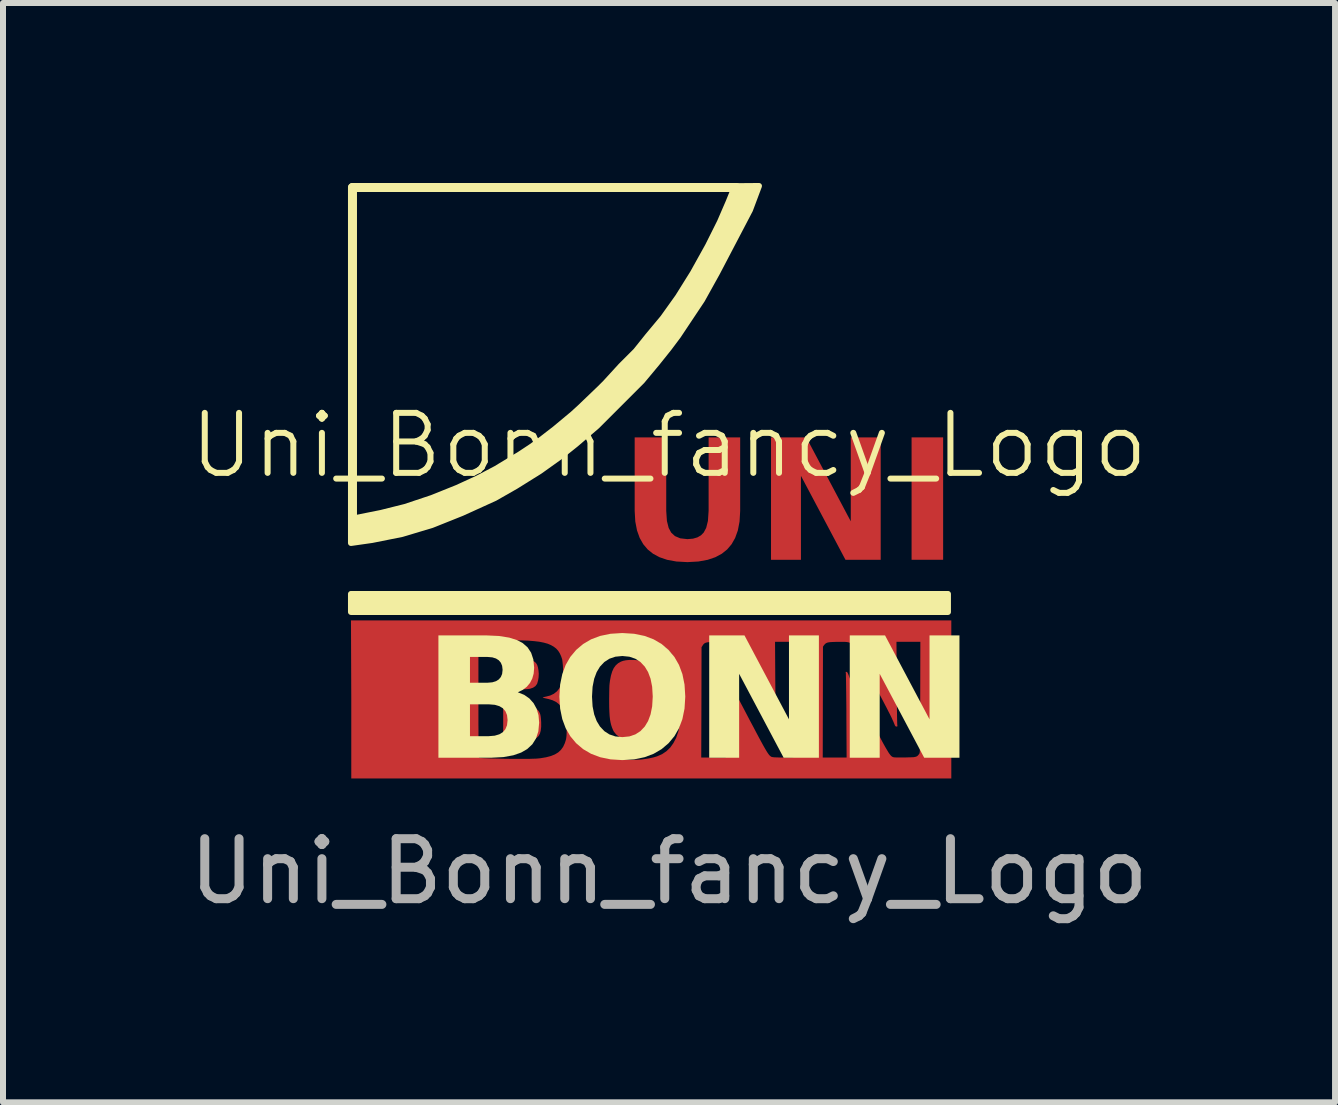
<source format=kicad_pcb>
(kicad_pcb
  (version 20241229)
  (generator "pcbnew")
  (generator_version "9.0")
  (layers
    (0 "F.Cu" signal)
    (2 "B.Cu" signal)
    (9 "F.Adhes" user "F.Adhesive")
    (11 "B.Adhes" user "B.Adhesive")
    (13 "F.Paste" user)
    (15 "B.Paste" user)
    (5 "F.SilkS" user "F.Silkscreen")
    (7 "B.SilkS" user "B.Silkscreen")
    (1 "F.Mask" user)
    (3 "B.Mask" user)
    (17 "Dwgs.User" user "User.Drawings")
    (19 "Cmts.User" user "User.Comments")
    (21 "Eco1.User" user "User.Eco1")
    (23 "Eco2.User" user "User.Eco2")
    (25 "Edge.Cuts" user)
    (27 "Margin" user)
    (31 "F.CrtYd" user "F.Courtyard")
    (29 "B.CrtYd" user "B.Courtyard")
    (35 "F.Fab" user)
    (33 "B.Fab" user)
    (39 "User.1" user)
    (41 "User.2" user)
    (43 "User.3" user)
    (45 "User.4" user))
  (footprint "Uni_Bonn_fancy_Logo"
    (layer "F.Cu")
    (at 8.101 4.874)
    (property "Reference" "Uni_Bonn_fancy_Logo" (at 0 -0.5 0) (unlocked yes) (layer "F.SilkS") (effects (font (size 1 1) (thickness 0.1))))
    (attr smd)
    (fp_poly (pts (xy -2.556 3.061) (xy -2.481 3.063) (xy -2.421 3.065) (xy -2.372 3.069) (xy -2.334 3.073) (xy -2.303 3.078) (xy -2.279 3.086) (xy -2.259 3.095) (xy -2.241 3.106) (xy -2.237 3.109) (xy -2.214 3.132) (xy -2.197 3.161) (xy -2.185 3.199) (xy -2.176 3.249) (xy -2.171 3.306) (xy -2.174 3.365) (xy -2.183 3.421) (xy -2.197 3.468) (xy -2.201 3.477) (xy -2.227 3.512) (xy -2.266 3.538) (xy -2.318 3.556) (xy -2.331 3.558) (xy -2.353 3.561) (xy -2.387 3.563) (xy -2.431 3.565) (xy -2.483 3.566) (xy -2.539 3.567) (xy -2.571 3.567) (xy -2.764 3.567) (xy -2.764 3.312) (xy -2.764 3.057)) (stroke (width 0) (type solid)) (fill yes) (layer "F.Cu"))
    (fp_poly (pts (xy -2.607 3.837) (xy -2.515 3.838) (xy -2.438 3.84) (xy -2.373 3.845) (xy -2.319 3.852) (xy -2.276 3.861) (xy -2.24 3.873) (xy -2.212 3.889) (xy -2.19 3.908) (xy -2.171 3.931) (xy -2.171 3.931) (xy -2.157 3.955) (xy -2.147 3.98) (xy -2.14 4.011) (xy -2.135 4.05) (xy -2.132 4.1) (xy -2.131 4.115) (xy -2.131 4.191) (xy -2.138 4.253) (xy -2.152 4.304) (xy -2.174 4.343) (xy -2.205 4.372) (xy -2.246 4.393) (xy -2.297 4.407) (xy -2.305 4.408) (xy -2.327 4.41) (xy -2.362 4.412) (xy -2.407 4.414) (xy -2.46 4.415) (xy -2.517 4.416) (xy -2.56 4.416) (xy -2.764 4.416) (xy -2.764 4.126) (xy -2.764 3.837)) (stroke (width 0) (type solid)) (fill yes) (layer "F.Cu"))
    (fp_poly (pts (xy -0.551 3.078) (xy -0.499 3.085) (xy -0.457 3.096) (xy -0.453 3.098) (xy -0.404 3.123) (xy -0.362 3.157) (xy -0.327 3.202) (xy -0.299 3.258) (xy -0.276 3.328) (xy -0.258 3.411) (xy -0.256 3.428) (xy -0.253 3.452) (xy -0.25 3.489) (xy -0.248 3.535) (xy -0.245 3.589) (xy -0.243 3.645) (xy -0.243 3.674) (xy -0.242 3.801) (xy -0.245 3.914) (xy -0.252 4.013) (xy -0.265 4.099) (xy -0.282 4.172) (xy -0.304 4.233) (xy -0.332 4.284) (xy -0.364 4.324) (xy -0.403 4.355) (xy -0.427 4.369) (xy -0.471 4.385) (xy -0.527 4.398) (xy -0.587 4.405) (xy -0.646 4.408) (xy -0.7 4.404) (xy -0.708 4.403) (xy -0.775 4.385) (xy -0.834 4.356) (xy -0.883 4.316) (xy -0.921 4.268) (xy -0.933 4.244) (xy -0.95 4.203) (xy -0.964 4.161) (xy -0.975 4.116) (xy -0.984 4.066) (xy -0.99 4.01) (xy -0.994 3.944) (xy -0.997 3.868) (xy -0.998 3.778) (xy -0.998 3.734) (xy -0.997 3.656) (xy -0.996 3.591) (xy -0.995 3.538) (xy -0.993 3.495) (xy -0.989 3.459) (xy -0.985 3.427) (xy -0.984 3.42) (xy -0.968 3.337) (xy -0.947 3.267) (xy -0.921 3.211) (xy -0.888 3.166) (xy -0.849 3.131) (xy -0.802 3.104) (xy -0.763 3.09) (xy -0.719 3.081) (xy -0.666 3.076) (xy -0.608 3.075)) (stroke (width 0) (type solid)) (fill yes) (layer "F.Cu"))
    (fp_poly (pts (xy 4.705 3.734) (xy 4.705 5.051) (xy -0.296 5.051) (xy -5.296 5.051) (xy -5.296 3.739) (xy -3.177 3.739) (xy -3.177 3.888) (xy -3.177 4.022) (xy -3.177 4.142) (xy -3.176 4.247) (xy -3.176 4.34) (xy -3.176 4.421) (xy -3.175 4.49) (xy -3.175 4.547) (xy -3.174 4.595) (xy -3.173 4.633) (xy -3.172 4.662) (xy -3.171 4.684) (xy -3.169 4.697) (xy -3.168 4.704) (xy -3.167 4.706) (xy -3.152 4.708) (xy -3.123 4.711) (xy -3.082 4.713) (xy -3.029 4.715) (xy -2.967 4.718) (xy -2.898 4.719) (xy -2.822 4.721) (xy -2.742 4.723) (xy -2.659 4.724) (xy -2.575 4.724) (xy -2.548 4.725) (xy -2.458 4.725) (xy -2.382 4.724) (xy -2.318 4.724) (xy -2.265 4.722) (xy -2.221 4.721) (xy -2.184 4.718) (xy -2.153 4.715) (xy -2.144 4.714) (xy -2.049 4.698) (xy -1.969 4.677) (xy -1.902 4.65) (xy -1.846 4.616) (xy -1.801 4.574) (xy -1.765 4.524) (xy -1.737 4.464) (xy -1.723 4.42) (xy -1.716 4.394) (xy -1.712 4.368) (xy -1.709 4.341) (xy -1.707 4.307) (xy -1.706 4.264) (xy -1.706 4.218) (xy -1.706 4.163) (xy -1.707 4.121) (xy -1.71 4.087) (xy -1.713 4.06) (xy -1.719 4.034) (xy -1.723 4.018) (xy -1.75 3.939) (xy -1.784 3.873) (xy -1.827 3.82) (xy -1.879 3.778) (xy -1.942 3.747) (xy -2.002 3.729) (xy -1.452 3.729) (xy -1.45 3.848) (xy -1.443 3.963) (xy -1.432 4.074) (xy -1.417 4.176) (xy -1.399 4.258) (xy -1.369 4.353) (xy -1.331 4.436) (xy -1.284 4.509) (xy -1.228 4.571) (xy -1.161 4.623) (xy -1.084 4.664) (xy -0.996 4.697) (xy -0.895 4.72) (xy -0.783 4.734) (xy -0.657 4.741) (xy -0.637 4.741) (xy -0.587 4.74) (xy -0.536 4.739) (xy -0.489 4.737) (xy -0.451 4.734) (xy -0.443 4.733) (xy -0.341 4.718) (xy -0.267 4.702) (xy 0.537 4.702) (xy 0.741 4.702) (xy 0.944 4.702) (xy 0.94 4.029) (xy 0.939 3.926) (xy 0.938 3.827) (xy 0.937 3.733) (xy 0.936 3.645) (xy 0.935 3.565) (xy 0.935 3.494) (xy 0.934 3.433) (xy 0.933 3.383) (xy 0.932 3.345) (xy 0.931 3.322) (xy 0.93 3.315) (xy 0.928 3.291) (xy 0.929 3.278) (xy 0.935 3.274) (xy 0.94 3.273) (xy 0.95 3.277) (xy 0.959 3.29) (xy 0.969 3.315) (xy 0.973 3.327) (xy 0.981 3.351) (xy 0.991 3.377) (xy 1.003 3.407) (xy 1.018 3.441) (xy 1.036 3.48) (xy 1.058 3.525) (xy 1.084 3.578) (xy 1.115 3.638) (xy 1.151 3.708) (xy 1.192 3.788) (xy 1.24 3.879) (xy 1.294 3.982) (xy 1.351 4.091) (xy 1.407 4.195) (xy 1.455 4.287) (xy 1.497 4.366) (xy 1.534 4.434) (xy 1.565 4.491) (xy 1.592 4.539) (xy 1.615 4.578) (xy 1.634 4.61) (xy 1.651 4.635) (xy 1.665 4.654) (xy 1.678 4.669) (xy 1.689 4.679) (xy 1.7 4.686) (xy 1.71 4.692) (xy 1.715 4.693) (xy 1.731 4.696) (xy 1.76 4.699) (xy 1.801 4.7) (xy 1.851 4.702) (xy 1.902 4.702) (xy 2.562 4.702) (xy 2.761 4.702) (xy 2.96 4.702) (xy 2.956 4.013) (xy 2.956 3.91) (xy 2.955 3.81) (xy 2.954 3.716) (xy 2.953 3.628) (xy 2.952 3.548) (xy 2.951 3.477) (xy 2.95 3.416) (xy 2.949 3.366) (xy 2.948 3.329) (xy 2.948 3.306) (xy 2.947 3.298) (xy 2.944 3.281) (xy 2.947 3.274) (xy 2.958 3.274) (xy 2.968 3.279) (xy 2.977 3.291) (xy 2.988 3.314) (xy 2.998 3.341) (xy 3.006 3.364) (xy 3.016 3.388) (xy 3.026 3.414) (xy 3.038 3.442) (xy 3.053 3.474) (xy 3.07 3.51) (xy 3.091 3.553) (xy 3.116 3.602) (xy 3.145 3.658) (xy 3.179 3.724) (xy 3.218 3.8) (xy 3.263 3.886) (xy 3.315 3.984) (xy 3.371 4.091) (xy 3.427 4.197) (xy 3.476 4.289) (xy 3.519 4.369) (xy 3.555 4.438) (xy 3.587 4.496) (xy 3.614 4.544) (xy 3.638 4.584) (xy 3.657 4.616) (xy 3.674 4.641) (xy 3.689 4.66) (xy 3.701 4.674) (xy 3.713 4.684) (xy 3.724 4.691) (xy 3.734 4.695) (xy 3.745 4.698) (xy 3.747 4.698) (xy 3.763 4.7) (xy 3.791 4.701) (xy 3.83 4.701) (xy 3.877 4.701) (xy 3.928 4.701) (xy 3.941 4.701) (xy 4 4.699) (xy 4.046 4.698) (xy 4.081 4.696) (xy 4.106 4.691) (xy 4.125 4.685) (xy 4.14 4.676) (xy 4.152 4.664) (xy 4.165 4.648) (xy 4.169 4.643) (xy 4.171 4.64) (xy 4.173 4.636) (xy 4.175 4.63) (xy 4.177 4.622) (xy 4.179 4.611) (xy 4.18 4.596) (xy 4.181 4.576) (xy 4.182 4.55) (xy 4.183 4.518) (xy 4.184 4.478) (xy 4.184 4.429) (xy 4.185 4.372) (xy 4.185 4.304) (xy 4.186 4.225) (xy 4.186 4.134) (xy 4.186 4.031) (xy 4.187 3.914) (xy 4.187 3.782) (xy 4.187 3.697) (xy 4.189 2.773) (xy 3.99 2.773) (xy 3.791 2.773) (xy 3.795 3.45) (xy 3.795 3.553) (xy 3.796 3.652) (xy 3.797 3.745) (xy 3.798 3.832) (xy 3.799 3.912) (xy 3.8 3.982) (xy 3.801 4.042) (xy 3.802 4.091) (xy 3.803 4.127) (xy 3.804 4.15) (xy 3.804 4.156) (xy 3.807 4.176) (xy 3.804 4.184) (xy 3.793 4.186) (xy 3.791 4.186) (xy 3.776 4.182) (xy 3.766 4.169) (xy 3.761 4.156) (xy 3.753 4.137) (xy 3.741 4.108) (xy 3.725 4.073) (xy 3.71 4.039) (xy 3.699 4.017) (xy 3.682 3.982) (xy 3.659 3.938) (xy 3.632 3.884) (xy 3.6 3.823) (xy 3.565 3.756) (xy 3.527 3.683) (xy 3.487 3.606) (xy 3.446 3.527) (xy 3.403 3.447) (xy 3.361 3.366) (xy 3.319 3.287) (xy 3.279 3.21) (xy 3.24 3.138) (xy 3.204 3.07) (xy 3.171 3.009) (xy 3.143 2.956) (xy 3.119 2.911) (xy 3.1 2.877) (xy 3.087 2.855) (xy 3.081 2.845) (xy 3.062 2.823) (xy 3.043 2.805) (xy 3.021 2.792) (xy 2.996 2.783) (xy 2.964 2.777) (xy 2.923 2.774) (xy 2.871 2.774) (xy 2.805 2.774) (xy 2.8 2.774) (xy 2.741 2.776) (xy 2.696 2.778) (xy 2.662 2.782) (xy 2.636 2.788) (xy 2.617 2.797) (xy 2.601 2.809) (xy 2.587 2.825) (xy 2.582 2.831) (xy 2.566 2.854) (xy 2.564 3.778) (xy 2.562 4.702) (xy 1.902 4.702) (xy 1.957 4.702) (xy 2 4.701) (xy 2.031 4.7) (xy 2.054 4.699) (xy 2.071 4.696) (xy 2.084 4.692) (xy 2.097 4.686) (xy 2.101 4.684) (xy 2.135 4.66) (xy 2.153 4.634) (xy 2.155 4.629) (xy 2.157 4.624) (xy 2.159 4.617) (xy 2.161 4.608) (xy 2.163 4.595) (xy 2.164 4.579) (xy 2.165 4.558) (xy 2.166 4.531) (xy 2.167 4.497) (xy 2.168 4.455) (xy 2.168 4.406) (xy 2.169 4.347) (xy 2.169 4.277) (xy 2.17 4.197) (xy 2.17 4.104) (xy 2.17 3.999) (xy 2.171 3.88) (xy 2.171 3.746) (xy 2.171 3.688) (xy 2.173 2.773) (xy 1.97 2.773) (xy 1.767 2.773) (xy 1.771 3.422) (xy 1.772 3.524) (xy 1.773 3.622) (xy 1.774 3.715) (xy 1.775 3.802) (xy 1.776 3.882) (xy 1.777 3.953) (xy 1.778 4.014) (xy 1.779 4.064) (xy 1.78 4.101) (xy 1.78 4.124) (xy 1.781 4.128) (xy 1.783 4.158) (xy 1.782 4.175) (xy 1.779 4.184) (xy 1.773 4.186) (xy 1.77 4.186) (xy 1.761 4.183) (xy 1.751 4.172) (xy 1.74 4.15) (xy 1.725 4.117) (xy 1.721 4.109) (xy 1.713 4.089) (xy 1.704 4.069) (xy 1.695 4.05) (xy 1.686 4.028) (xy 1.674 4.004) (xy 1.661 3.977) (xy 1.644 3.945) (xy 1.625 3.907) (xy 1.602 3.863) (xy 1.575 3.811) (xy 1.544 3.75) (xy 1.507 3.68) (xy 1.464 3.599) (xy 1.415 3.506) (xy 1.36 3.401) (xy 1.345 3.372) (xy 1.288 3.265) (xy 1.237 3.168) (xy 1.191 3.082) (xy 1.15 3.008) (xy 1.116 2.945) (xy 1.087 2.895) (xy 1.066 2.858) (xy 1.051 2.835) (xy 1.045 2.827) (xy 1.029 2.81) (xy 1.012 2.797) (xy 0.991 2.787) (xy 0.966 2.78) (xy 0.933 2.776) (xy 0.891 2.774) (xy 0.837 2.774) (xy 0.78 2.774) (xy 0.72 2.776) (xy 0.674 2.778) (xy 0.639 2.782) (xy 0.614 2.788) (xy 0.594 2.797) (xy 0.579 2.809) (xy 0.566 2.825) (xy 0.559 2.837) (xy 0.542 2.864) (xy 0.54 3.783) (xy 0.537 4.702) (xy -0.267 4.702) (xy -0.251 4.698) (xy -0.198 4.682) (xy -0.116 4.646) (xy -0.043 4.597) (xy 0.021 4.535) (xy 0.074 4.46) (xy 0.119 4.373) (xy 0.153 4.274) (xy 0.165 4.229) (xy 0.18 4.151) (xy 0.192 4.061) (xy 0.202 3.962) (xy 0.208 3.859) (xy 0.21 3.754) (xy 0.21 3.65) (xy 0.205 3.559) (xy 0.197 3.456) (xy 0.186 3.366) (xy 0.173 3.287) (xy 0.156 3.217) (xy 0.136 3.153) (xy 0.112 3.093) (xy 0.1 3.068) (xy 0.053 2.987) (xy -0.005 2.918) (xy -0.073 2.861) (xy -0.151 2.817) (xy -0.232 2.786) (xy -0.319 2.766) (xy -0.416 2.751) (xy -0.519 2.741) (xy -0.626 2.737) (xy -0.73 2.74) (xy -0.829 2.748) (xy -0.863 2.753) (xy -0.97 2.775) (xy -1.064 2.806) (xy -1.146 2.848) (xy -1.217 2.901) (xy -1.278 2.964) (xy -1.328 3.039) (xy -1.369 3.126) (xy -1.394 3.203) (xy -1.415 3.29) (xy -1.431 3.389) (xy -1.442 3.497) (xy -1.449 3.611) (xy -1.452 3.729) (xy -2.002 3.729) (xy -2.018 3.725) (xy -2.036 3.721) (xy -2.067 3.714) (xy -2.091 3.708) (xy -2.104 3.703) (xy -2.105 3.702) (xy -2.098 3.698) (xy -2.079 3.693) (xy -2.053 3.687) (xy -2.051 3.687) (xy -1.979 3.668) (xy -1.919 3.639) (xy -1.868 3.599) (xy -1.828 3.549) (xy -1.798 3.486) (xy -1.778 3.412) (xy -1.768 3.326) (xy -1.766 3.227) (xy -1.767 3.218) (xy -1.769 3.172) (xy -1.773 3.129) (xy -1.777 3.092) (xy -1.781 3.066) (xy -1.782 3.062) (xy -1.8 3.01) (xy -1.822 2.963) (xy -1.848 2.922) (xy -1.881 2.886) (xy -1.921 2.855) (xy -1.968 2.828) (xy -2.023 2.805) (xy -2.088 2.787) (xy -2.163 2.772) (xy -2.248 2.762) (xy -2.345 2.754) (xy -2.454 2.75) (xy -2.576 2.749) (xy -2.712 2.751) (xy -2.863 2.756) (xy -2.902 2.757) (xy -2.959 2.76) (xy -3.013 2.762) (xy -3.06 2.765) (xy -3.1 2.767) (xy -3.127 2.769) (xy -3.138 2.77) (xy -3.177 2.775) (xy -3.177 3.739) (xy -5.296 3.739) (xy -5.296 3.734) (xy -5.301 2.416) (xy -0.296 2.416) (xy 4.705 2.416)) (stroke (width 0) (type solid)) (fill yes) (layer "F.Cu"))
    (fp_rect (start -5.301 2.376) (end 4.699 5.026) (stroke (width 0.1) (type solid)) (fill yes) (layer "F.Mask"))
    (fp_rect (start -0.201 -0.824) (end 4.299 1.576) (stroke (width 0.1) (type solid)) (fill yes) (layer "F.Mask"))
    (fp_poly (pts (xy 4.703 -1.451) (xy 4.703 1.927) (xy -0.301 1.927) (xy -5.351 1.926) (xy -5.351 1.532) (xy -5.351 1.137) (xy -5.037 1.094) (xy -4.491 0.982) (xy -3.946 0.822) (xy -3.405 0.613) (xy -2.872 0.359) (xy -2.638 0.224) (xy 0.174 0.224) (xy 0.175 0.41) (xy 0.178 0.583) (xy 0.183 0.736) (xy 0.189 0.859) (xy 0.196 0.945) (xy 0.201 0.974) (xy 0.256 1.131) (xy 0.347 1.253) (xy 0.472 1.339) (xy 0.583 1.378) (xy 0.689 1.393) (xy 0.823 1.398) (xy 0.963 1.394) (xy 1.09 1.381) (xy 1.109 1.377) (xy 1.926 1.377) (xy 2.076 1.377) (xy 2.226 1.377) (xy 2.227 0.645) (xy 2.229 -0.087) (xy 2.329 0.126) (xy 2.371 0.216) (xy 2.429 0.341) (xy 2.497 0.489) (xy 2.569 0.649) (xy 2.642 0.809) (xy 2.644 0.814) (xy 2.711 0.959) (xy 2.773 1.091) (xy 2.826 1.201) (xy 2.868 1.283) (xy 2.893 1.328) (xy 2.897 1.333) (xy 2.93 1.358) (xy 2.986 1.371) (xy 3.075 1.376) (xy 3.113 1.377) (xy 3.215 1.373) (xy 3.289 1.361) (xy 3.322 1.347) (xy 3.331 1.324) (xy 3.338 1.271) (xy 3.343 1.185) (xy 3.347 1.063) (xy 3.349 0.988) (xy 3.769 0.988) (xy 3.77 1.127) (xy 3.77 1.234) (xy 3.772 1.301) (xy 3.773 1.32) (xy 3.782 1.352) (xy 3.807 1.369) (xy 3.859 1.376) (xy 3.929 1.377) (xy 4.078 1.377) (xy 4.078 0.488) (xy 4.078 -0.4) (xy 3.928 -0.4) (xy 3.779 -0.4) (xy 3.772 0.432) (xy 3.771 0.634) (xy 3.77 0.821) (xy 3.769 0.988) (xy 3.349 0.988) (xy 3.35 0.901) (xy 3.352 0.695) (xy 3.352 0.458) (xy 3.352 -0.4) (xy 3.202 -0.4) (xy 3.053 -0.4) (xy 3.046 0.329) (xy 3.039 1.057) (xy 2.729 0.378) (xy 2.649 0.205) (xy 2.574 0.044) (xy 2.508 -0.097) (xy 2.452 -0.213) (xy 2.411 -0.298) (xy 2.387 -0.345) (xy 2.383 -0.35) (xy 2.357 -0.377) (xy 2.315 -0.392) (xy 2.246 -0.399) (xy 2.167 -0.4) (xy 2.064 -0.396) (xy 1.989 -0.384) (xy 1.956 -0.37) (xy 1.947 -0.347) (xy 1.94 -0.294) (xy 1.934 -0.208) (xy 1.93 -0.086) (xy 1.928 0.076) (xy 1.926 0.281) (xy 1.926 0.518) (xy 1.926 1.377) (xy 1.109 1.377) (xy 1.165 1.365) (xy 1.299 1.303) (xy 1.402 1.202) (xy 1.467 1.089) (xy 1.481 1.053) (xy 1.492 1.01) (xy 1.5 0.951) (xy 1.507 0.873) (xy 1.512 0.767) (xy 1.516 0.629) (xy 1.519 0.451) (xy 1.521 0.294) (xy 1.529 -0.4) (xy 1.364 -0.4) (xy 1.2 -0.4) (xy 1.2 0.239) (xy 1.199 0.457) (xy 1.197 0.63) (xy 1.191 0.766) (xy 1.182 0.869) (xy 1.168 0.945) (xy 1.149 1) (xy 1.122 1.041) (xy 1.089 1.073) (xy 1.064 1.09) (xy 0.988 1.12) (xy 0.873 1.132) (xy 0.834 1.133) (xy 0.741 1.13) (xy 0.681 1.12) (xy 0.636 1.096) (xy 0.597 1.061) (xy 0.559 1.015) (xy 0.53 0.957) (xy 0.508 0.881) (xy 0.492 0.782) (xy 0.482 0.653) (xy 0.478 0.49) (xy 0.478 0.285) (xy 0.479 0.149) (xy 0.487 -0.4) (xy 0.33 -0.4) (xy 0.174 -0.4) (xy 0.174 0.224) (xy -2.638 0.224) (xy -2.35 0.059) (xy -2.066 -0.127) (xy -1.604 -0.468) (xy -1.155 -0.854) (xy -0.722 -1.28) (xy -0.308 -1.74) (xy 0.082 -2.231) (xy 0.445 -2.748) (xy 0.778 -3.285) (xy 1.076 -3.839) (xy 1.336 -4.404) (xy 1.4 -4.56) (xy 1.507 -4.874) (xy 3.105 -4.874) (xy 4.703 -4.874)) (stroke (width 0) (type solid)) (fill yes) (layer "F.Mask"))
    (fp_line (start -5.276 -4.799) (end 1.124 -4.799) (stroke (width 0.15) (type default)) (layer "F.SilkS"))
    (fp_line (start -5.276 0.726) (end -5.276 -4.799) (stroke (width 0.15) (type default)) (layer "F.SilkS"))
    (fp_rect (start -5.301 1.976) (end 4.649 2.276) (stroke (width 0.1) (type solid)) (fill yes) (layer "F.SilkS"))
    (fp_poly (pts (xy -5.301 1.126) (xy -5.301 0.726) (xy -4.801 0.626) (xy -4.401 0.526) (xy -3.951 0.376) (xy -3.528 0.206) (xy -3.191 0.051) (xy -2.883 -0.111) (xy -2.484 -0.353) (xy -2.301 -0.474) (xy -2.146 -0.585) (xy -1.901 -0.774) (xy -1.601 -1.024) (xy -1.488 -1.127) (xy -1.15 -1.451) (xy -1.059 -1.542) (xy -0.801 -1.824) (xy -0.551 -2.074) (xy -0.351 -2.324) (xy -0.101 -2.624) (xy 0.149 -2.974) (xy 0.399 -3.374) (xy 0.649 -3.824) (xy 0.849 -4.224) (xy 0.991 -4.552) (xy 1.1 -4.821) (xy 1.499 -4.824) (xy 1.349 -4.424) (xy 0.799 -3.374) (xy 0.549 -2.924) (xy 0.149 -2.324) (xy -0.001 -2.124) (xy -0.201 -1.874) (xy -0.451 -1.574) (xy -1.201 -0.824) (xy -1.551 -0.524) (xy -1.801 -0.324) (xy -2.151 -0.074) (xy -2.551 0.176) (xy -2.901 0.376) (xy -3.451 0.626) (xy -3.951 0.826) (xy -4.451 0.976) (xy -4.951 1.076)) (stroke (width 0.1) (type solid)) (fill yes) (layer "F.SilkS"))
    (fp_text user "UNI" (at 1.999 0.576 0) (unlocked yes) (layer "F.Cu") (effects (font (face "Exo 2") (size 2 2) (thickness 0.4) (bold yes))))
    (fp_text user "BONN" (at 0.499 3.876 0) (unlocked yes) (layer "F.SilkS") (effects (font (face "Exo 2") (size 2 2) (thickness 0.4) (bold yes))))
    (fp_text user "${REFERENCE}" (at 0 6.6 0) (unlocked yes) (layer "F.Fab") (effects (font (size 1 1) (thickness 0.15)))))
  (gr_rect
    (start -3 -3)
    (end 19.202 15.323)
    (stroke (width 0.1) (type default))
    (fill no)
    (layer "Edge.Cuts")))
</source>
